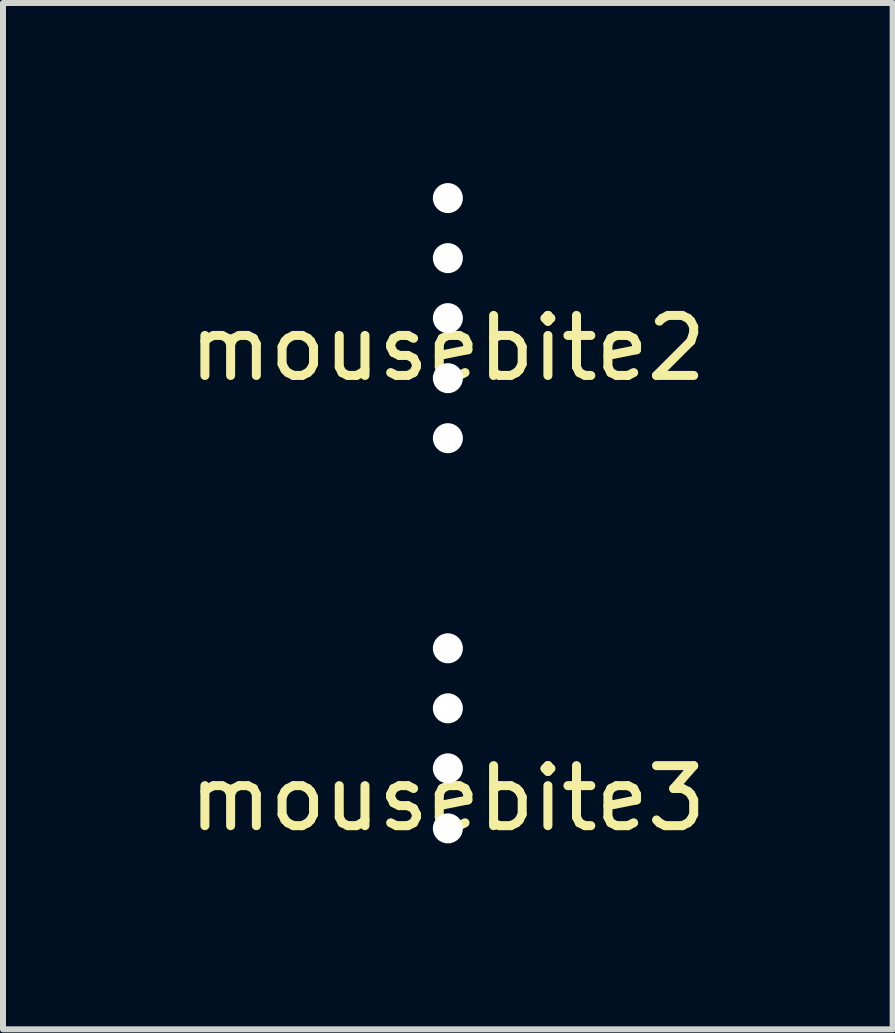
<source format=kicad_pcb>
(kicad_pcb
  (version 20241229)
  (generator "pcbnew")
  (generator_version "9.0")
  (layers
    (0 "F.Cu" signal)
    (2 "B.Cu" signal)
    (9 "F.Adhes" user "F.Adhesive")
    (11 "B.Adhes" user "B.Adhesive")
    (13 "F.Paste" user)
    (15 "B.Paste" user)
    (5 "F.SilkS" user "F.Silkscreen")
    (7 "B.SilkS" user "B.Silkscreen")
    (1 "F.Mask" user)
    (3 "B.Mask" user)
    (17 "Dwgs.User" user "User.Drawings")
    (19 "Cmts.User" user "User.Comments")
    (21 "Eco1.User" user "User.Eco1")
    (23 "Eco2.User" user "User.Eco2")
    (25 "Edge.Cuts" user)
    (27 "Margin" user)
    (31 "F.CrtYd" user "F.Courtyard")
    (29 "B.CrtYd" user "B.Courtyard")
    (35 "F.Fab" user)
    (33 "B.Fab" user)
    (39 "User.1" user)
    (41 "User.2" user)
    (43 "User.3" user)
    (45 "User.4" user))
  (footprint "mousebite2"
    (layer "F.Cu")
    (at 4.411 2.25)
    (property "Reference" "mousebite2" (at 0 0.5 0) (layer "F.SilkS") (effects (font (size 1 1) (thickness 0.15))))
    (attr through_hole)
    (pad "" np_thru_hole circle (at 0 -2) (size 0.5 0.5) (drill 0.5) (layers "*.Cu" "*.Mask"))
    (pad "" np_thru_hole circle (at 0 -1) (size 0.5 0.5) (drill 0.5) (layers "*.Cu" "*.Mask"))
    (pad "" np_thru_hole circle (at 0 0) (size 0.5 0.5) (drill 0.5) (layers "*.Cu" "*.Mask"))
    (pad "" np_thru_hole circle (at 0 1) (size 0.5 0.5) (drill 0.5) (layers "*.Cu" "*.Mask"))
    (pad "" np_thru_hole circle (at 0 2) (size 0.5 0.5) (drill 0.5) (layers "*.Cu" "*.Mask")))
  (footprint "mousebite3"
    (layer "F.Cu")
    (at 4.411 9.75)
    (property "Reference" "mousebite3" (at 0 0.5 0) (layer "F.SilkS") (effects (font (size 1 1) (thickness 0.15))))
    (attr through_hole)
    (pad "" np_thru_hole circle (at 0 -2) (size 0.5 0.5) (drill 0.5) (layers "*.Cu" "*.Mask"))
    (pad "" np_thru_hole circle (at 0 -1) (size 0.5 0.5) (drill 0.5) (layers "*.Cu" "*.Mask"))
    (pad "" np_thru_hole circle (at 0 0) (size 0.5 0.5) (drill 0.5) (layers "*.Cu" "*.Mask"))
    (pad "" np_thru_hole circle (at 0 1) (size 0.5 0.5) (drill 0.5) (layers "*.Cu" "*.Mask")))
  (gr_rect
    (start -3 -3)
    (end 11.821 14.098)
    (stroke (width 0.1) (type default))
    (fill no)
    (layer "Edge.Cuts")))
</source>
